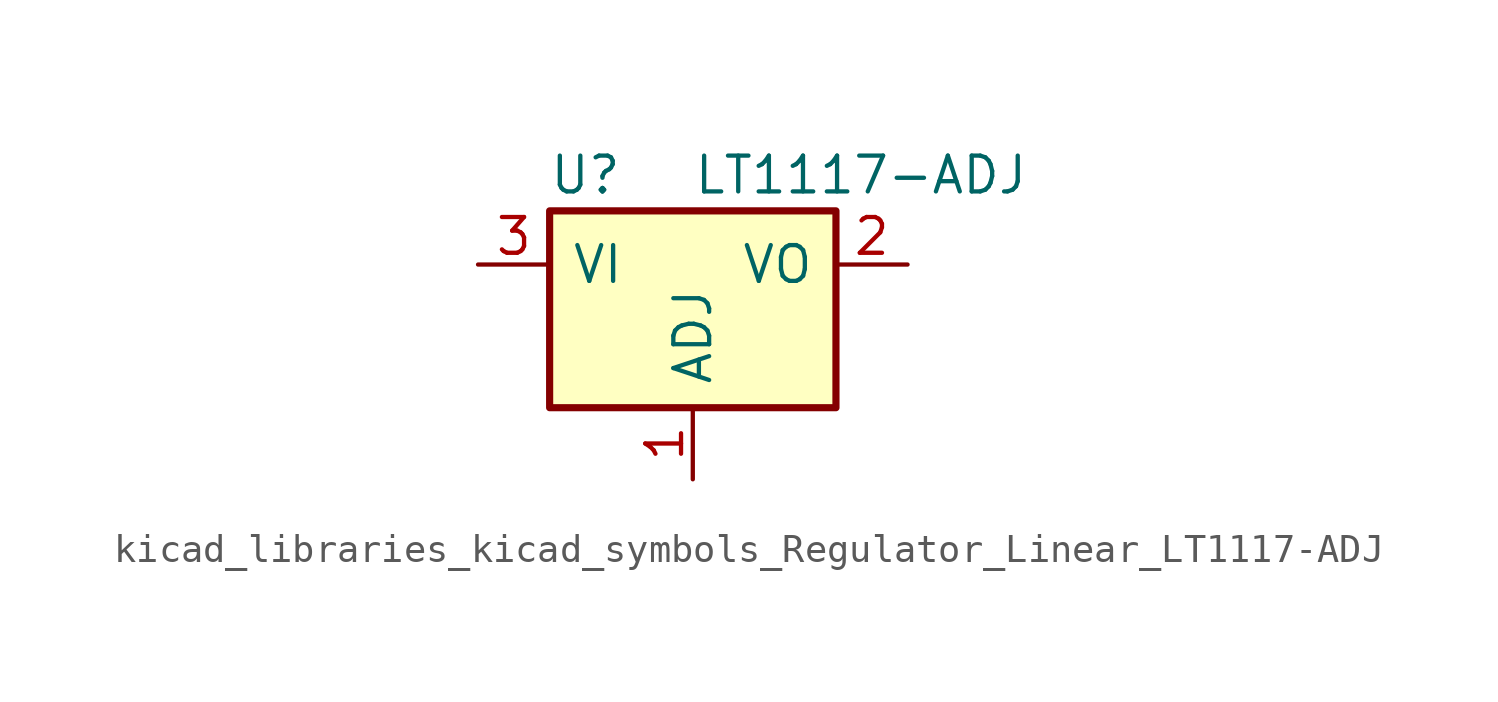
<source format=kicad_sym>
(kicad_symbol_lib
  (version 20220914)
  (generator kicad_symbol_editor)
  (symbol "kicad_libraries_kicad_symbols_Regulator_Linear_LT1117-ADJ"
    (pin_names
      (offset 0.762))
    (property "Reference" "U"
      (at -3.81 3.175 0)
      (effects (font (size 1.27 1.27))))
    (property "Value" "LT1117-ADJ"
      (at 0 3.175 0)
      (effects (font (size 1.27 1.27)) (justify left)))
    (symbol "kicad_libraries_kicad_symbols_Regulator_Linear_LT1117-ADJ_0_1"
      (rectangle (start -5.08 -5.08) (end 5.08 1.905) (stroke (width 0.254) (type default)) (fill (type background))))
    (symbol "kicad_libraries_kicad_symbols_Regulator_Linear_LT1117-ADJ_1_1"
      (pin input line (at 0 -7.62 90) (length 2.54) (name "ADJ" (effects (font (size 1.27 1.27)))) (number "1" (effects (font (size 1.27 1.27)))))
      (pin power_out line (at 7.62 0 180) (length 2.54) (name "VO" (effects (font (size 1.27 1.27)))) (number "2" (effects (font (size 1.27 1.27)))))
      (pin power_in line (at -7.62 0 0) (length 2.54) (name "VI" (effects (font (size 1.27 1.27)))) (number "3" (effects (font (size 1.27 1.27))))))))
</source>
